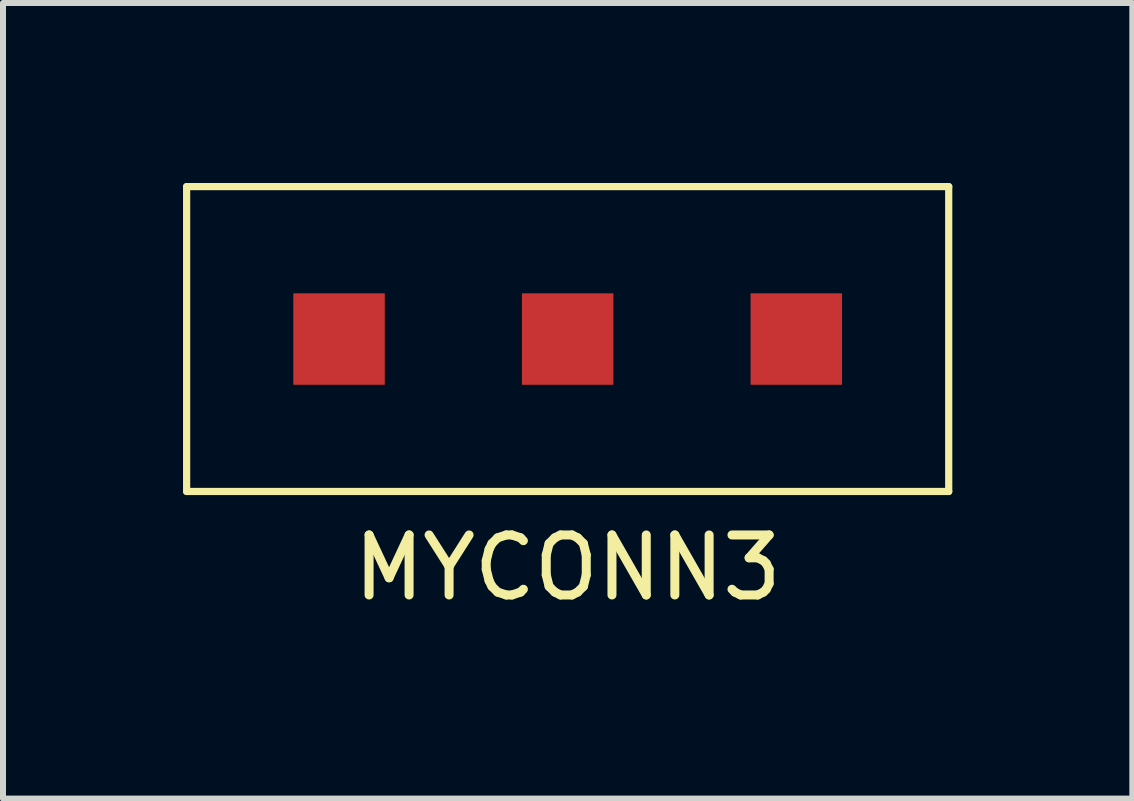
<source format=kicad_pcb>
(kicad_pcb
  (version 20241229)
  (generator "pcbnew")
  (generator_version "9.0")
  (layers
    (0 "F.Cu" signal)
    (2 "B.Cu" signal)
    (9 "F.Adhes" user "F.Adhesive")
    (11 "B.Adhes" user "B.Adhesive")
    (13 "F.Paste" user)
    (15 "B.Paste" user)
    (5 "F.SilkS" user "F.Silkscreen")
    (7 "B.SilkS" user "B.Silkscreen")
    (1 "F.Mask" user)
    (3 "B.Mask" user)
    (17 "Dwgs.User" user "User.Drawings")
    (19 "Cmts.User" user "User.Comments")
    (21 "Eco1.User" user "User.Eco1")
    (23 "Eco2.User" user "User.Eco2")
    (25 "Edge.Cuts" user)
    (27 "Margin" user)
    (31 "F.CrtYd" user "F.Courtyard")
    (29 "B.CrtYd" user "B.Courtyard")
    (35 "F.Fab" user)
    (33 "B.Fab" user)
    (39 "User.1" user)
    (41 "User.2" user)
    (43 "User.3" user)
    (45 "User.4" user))
  (footprint "MYCONN3"
    (layer "F.Cu")
    (at 6.41 2.6)
    (property "Reference" "MYCONN3" (at 0 3.81 0) (layer "F.SilkS") (effects (font (size 1 1) (thickness 0.15))))
    (attr through_hole)
    (fp_line (start -6.35 -2.54) (end -6.35 2.54) (stroke (width 0.12) (type solid)) (layer "F.SilkS"))
    (fp_line (start -6.35 2.54) (end 6.35 2.54) (stroke (width 0.12) (type solid)) (layer "F.SilkS"))
    (fp_line (start 6.35 -2.54) (end -6.35 -2.54) (stroke (width 0.12) (type solid)) (layer "F.SilkS"))
    (fp_line (start 6.35 2.54) (end 6.35 -2.54) (stroke (width 0.12) (type solid)) (layer "F.SilkS"))
    (pad "1" smd rect (at -3.81 0) (size 1.524 1.524) (layers "F.Cu" "F.Mask" "F.Paste"))
    (pad "2" smd rect (at 0 0) (size 1.524 1.524) (layers "F.Cu" "F.Mask" "F.Paste"))
    (pad "3" smd rect (at 3.81 0) (size 1.524 1.524) (layers "F.Cu" "F.Mask" "F.Paste")))
  (gr_rect
    (start -3 -3)
    (end 15.82 10.258)
    (stroke (width 0.1) (type default))
    (fill no)
    (layer "Edge.Cuts")))
</source>
